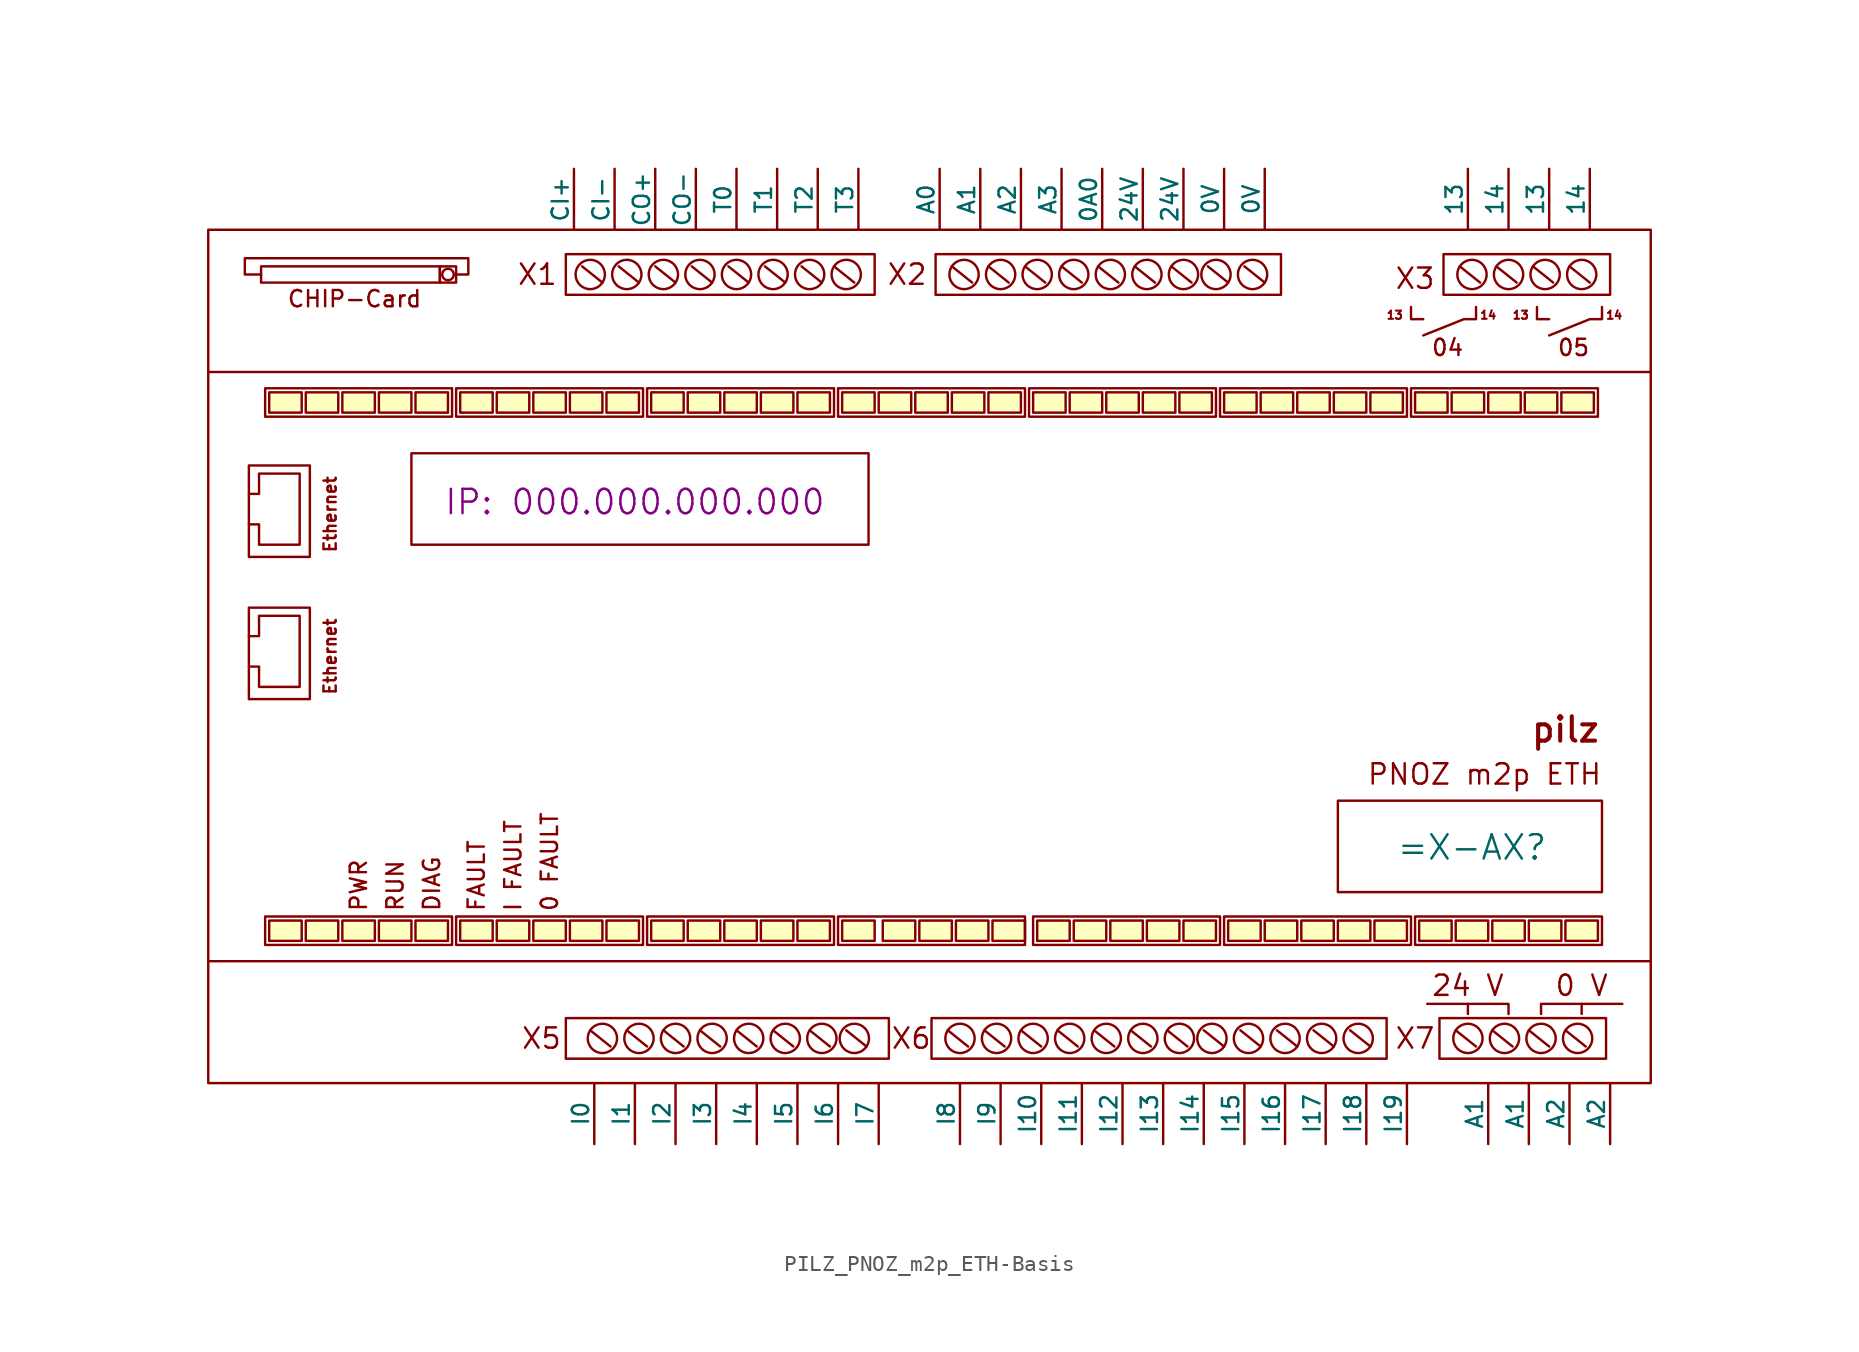
<source format=kicad_sym>
(kicad_symbol_lib
  (version 20241209)
  (generator "kicad_symbol_editor")
  (generator_version "9.0")
  (symbol "PILZ_PNOZ_m2p_ETH-Basis"
    (pin_numbers
      (hide yes))
    (pin_names
      (offset 0))
    (property "Reference" "=X-AX"
      (at 37.084 -11.938 0)
      (effects (font (size 1.524 1.524))))
    (property "IP" "000.000.000.000"
      (at -15.24 9.652 0)
      (show_name)
      (effects (font (size 1.524 1.524))))
    (symbol "PILZ_PNOZ_m2p_ETH-Basis_0_1"
      (rectangle (start -41.91 26.67) (end 48.26 -26.67) (stroke (width 0) (type default)) (fill (type none)))
      (polyline (pts (xy -41.91 17.78) (xy 48.26 17.78)) (stroke (width 0) (type default)) (fill (type none)))
      (polyline (pts (xy -41.91 -19.05) (xy 48.26 -19.05)) (stroke (width 0) (type default)) (fill (type none)))
      (polyline (pts (xy -39.37 10.16) (xy -38.735 10.16) (xy -38.735 11.43) (xy -36.195 11.43) (xy -36.195 6.985) (xy -38.735 6.985) (xy -38.735 7.62) (xy -38.735 8.255) (xy -39.37 8.255)) (stroke (width 0) (type default)) (fill (type none)))
      (polyline (pts (xy -39.37 1.27) (xy -38.735 1.27) (xy -38.735 2.54) (xy -36.195 2.54) (xy -36.195 -1.905) (xy -38.735 -1.905) (xy -38.735 -1.27) (xy -38.735 -0.635) (xy -39.37 -0.635)) (stroke (width 0) (type default)) (fill (type none)))
      (rectangle (start -35.56 11.938) (end -39.37 6.223) (stroke (width 0) (type default)) (fill (type none)))
      (rectangle (start -35.56 3.048) (end -39.37 -2.667) (stroke (width 0) (type default)) (fill (type none)))
      (rectangle (start -19.558 25.146) (end -0.254 22.606) (stroke (width 0) (type default)) (fill (type none)))
      (rectangle (start -19.558 -22.606) (end 0.635 -25.146) (stroke (width 0) (type default)) (fill (type none)))
      (circle (center -18.034 23.876) (radius 0.916) (stroke (width 0) (type default)) (fill (type none)))
      (polyline (pts (xy -17.272 23.368) (xy -18.542 24.384)) (stroke (width 0) (type default)) (fill (type none)))
      (circle (center -17.272 -23.876) (radius 0.916) (stroke (width 0) (type default)) (fill (type none)))
      (polyline (pts (xy -16.764 -24.384) (xy -18.034 -23.368)) (stroke (width 0) (type default)) (fill (type none)))
      (circle (center -15.748 23.876) (radius 0.916) (stroke (width 0) (type default)) (fill (type none)))
      (polyline (pts (xy -14.986 23.368) (xy -16.256 24.384)) (stroke (width 0) (type default)) (fill (type none)))
      (circle (center -14.986 -23.876) (radius 0.916) (stroke (width 0) (type default)) (fill (type none)))
      (polyline (pts (xy -14.478 -24.384) (xy -15.748 -23.368)) (stroke (width 0) (type default)) (fill (type none)))
      (circle (center -13.462 23.876) (radius 0.916) (stroke (width 0) (type default)) (fill (type none)))
      (polyline (pts (xy -12.7 23.368) (xy -13.97 24.384)) (stroke (width 0) (type default)) (fill (type none)))
      (circle (center -12.7 -23.876) (radius 0.916) (stroke (width 0) (type default)) (fill (type none)))
      (polyline (pts (xy -12.192 -24.384) (xy -13.462 -23.368)) (stroke (width 0) (type default)) (fill (type none)))
      (circle (center -11.176 23.876) (radius 0.916) (stroke (width 0) (type default)) (fill (type none)))
      (polyline (pts (xy -10.414 23.368) (xy -11.684 24.384)) (stroke (width 0) (type default)) (fill (type none)))
      (circle (center -10.414 -23.876) (radius 0.916) (stroke (width 0) (type default)) (fill (type none)))
      (polyline (pts (xy -9.906 -24.384) (xy -11.176 -23.368)) (stroke (width 0) (type default)) (fill (type none)))
      (circle (center -8.89 23.876) (radius 0.916) (stroke (width 0) (type default)) (fill (type none)))
      (polyline (pts (xy -8.128 23.368) (xy -9.398 24.384)) (stroke (width 0) (type default)) (fill (type none)))
      (circle (center -8.128 -23.876) (radius 0.916) (stroke (width 0) (type default)) (fill (type none)))
      (polyline (pts (xy -7.62 -24.384) (xy -8.89 -23.368)) (stroke (width 0) (type default)) (fill (type none)))
      (circle (center -6.604 23.876) (radius 0.916) (stroke (width 0) (type default)) (fill (type none)))
      (polyline (pts (xy -5.842 23.368) (xy -7.112 24.384)) (stroke (width 0) (type default)) (fill (type none)))
      (circle (center -5.842 -23.876) (radius 0.916) (stroke (width 0) (type default)) (fill (type none)))
      (polyline (pts (xy -5.334 -24.384) (xy -6.604 -23.368)) (stroke (width 0) (type default)) (fill (type none)))
      (circle (center -4.318 23.876) (radius 0.916) (stroke (width 0) (type default)) (fill (type none)))
      (polyline (pts (xy -3.556 23.368) (xy -4.826 24.384)) (stroke (width 0) (type default)) (fill (type none)))
      (circle (center -3.556 -23.876) (radius 0.916) (stroke (width 0) (type default)) (fill (type none)))
      (polyline (pts (xy -3.048 -24.384) (xy -4.318 -23.368)) (stroke (width 0) (type default)) (fill (type none)))
      (circle (center -2.032 23.876) (radius 0.916) (stroke (width 0) (type default)) (fill (type none)))
      (polyline (pts (xy -1.524 23.368) (xy -2.794 24.384)) (stroke (width 0) (type default)) (fill (type none)))
      (circle (center -1.524 -23.876) (radius 0.916) (stroke (width 0) (type default)) (fill (type none)))
      (polyline (pts (xy -0.762 -24.384) (xy -2.032 -23.368)) (stroke (width 0) (type default)) (fill (type none)))
      (rectangle (start 3.302 -22.606) (end 31.75 -25.146) (stroke (width 0) (type default)) (fill (type none)))
      (rectangle (start 3.556 25.146) (end 25.146 22.606) (stroke (width 0) (type default)) (fill (type none)))
      (circle (center 5.08 -23.876) (radius 0.916) (stroke (width 0) (type default)) (fill (type none)))
      (circle (center 5.334 23.876) (radius 0.916) (stroke (width 0) (type default)) (fill (type none)))
      (polyline (pts (xy 5.588 -24.384) (xy 4.318 -23.368)) (stroke (width 0) (type default)) (fill (type none)))
      (polyline (pts (xy 5.842 23.368) (xy 4.572 24.384)) (stroke (width 0) (type default)) (fill (type none)))
      (circle (center 7.366 -23.876) (radius 0.916) (stroke (width 0) (type default)) (fill (type none)))
      (circle (center 7.62 23.876) (radius 0.916) (stroke (width 0) (type default)) (fill (type none)))
      (polyline (pts (xy 7.874 -24.384) (xy 6.604 -23.368)) (stroke (width 0) (type default)) (fill (type none)))
      (polyline (pts (xy 8.128 23.368) (xy 6.858 24.384)) (stroke (width 0) (type default)) (fill (type none)))
      (circle (center 9.652 -23.876) (radius 0.916) (stroke (width 0) (type default)) (fill (type none)))
      (circle (center 9.906 23.876) (radius 0.916) (stroke (width 0) (type default)) (fill (type none)))
      (polyline (pts (xy 10.16 -24.384) (xy 8.89 -23.368)) (stroke (width 0) (type default)) (fill (type none)))
      (polyline (pts (xy 10.414 23.368) (xy 9.144 24.384)) (stroke (width 0) (type default)) (fill (type none)))
      (circle (center 11.938 -23.876) (radius 0.916) (stroke (width 0) (type default)) (fill (type none)))
      (circle (center 12.192 23.876) (radius 0.916) (stroke (width 0) (type default)) (fill (type none)))
      (polyline (pts (xy 12.446 -24.384) (xy 11.176 -23.368)) (stroke (width 0) (type default)) (fill (type none)))
      (polyline (pts (xy 12.7 23.368) (xy 11.43 24.384)) (stroke (width 0) (type default)) (fill (type none)))
      (circle (center 14.224 -23.876) (radius 0.916) (stroke (width 0) (type default)) (fill (type none)))
      (circle (center 14.478 23.876) (radius 0.916) (stroke (width 0) (type default)) (fill (type none)))
      (polyline (pts (xy 14.732 -24.384) (xy 13.462 -23.368)) (stroke (width 0) (type default)) (fill (type none)))
      (polyline (pts (xy 14.986 23.368) (xy 13.716 24.384)) (stroke (width 0) (type default)) (fill (type none)))
      (circle (center 16.51 -23.876) (radius 0.916) (stroke (width 0) (type default)) (fill (type none)))
      (circle (center 16.764 23.876) (radius 0.916) (stroke (width 0) (type default)) (fill (type none)))
      (polyline (pts (xy 17.018 -24.384) (xy 15.748 -23.368)) (stroke (width 0) (type default)) (fill (type none)))
      (polyline (pts (xy 17.272 23.368) (xy 16.002 24.384)) (stroke (width 0) (type default)) (fill (type none)))
      (circle (center 18.796 -23.876) (radius 0.916) (stroke (width 0) (type default)) (fill (type none)))
      (circle (center 19.05 23.876) (radius 0.916) (stroke (width 0) (type default)) (fill (type none)))
      (polyline (pts (xy 19.304 -24.384) (xy 18.034 -23.368)) (stroke (width 0) (type default)) (fill (type none)))
      (polyline (pts (xy 19.558 23.368) (xy 18.288 24.384)) (stroke (width 0) (type default)) (fill (type none)))
      (circle (center 20.828 -23.876) (radius 0.916) (stroke (width 0) (type default)) (fill (type none)))
      (circle (center 21.082 23.876) (radius 0.916) (stroke (width 0) (type default)) (fill (type none)))
      (polyline (pts (xy 21.59 -24.384) (xy 20.32 -23.368)) (stroke (width 0) (type default)) (fill (type none)))
      (polyline (pts (xy 21.844 23.368) (xy 20.574 24.384)) (stroke (width 0) (type default)) (fill (type none)))
      (circle (center 23.114 -23.876) (radius 0.916) (stroke (width 0) (type default)) (fill (type none)))
      (circle (center 23.368 23.876) (radius 0.916) (stroke (width 0) (type default)) (fill (type none)))
      (polyline (pts (xy 23.876 -24.384) (xy 22.606 -23.368)) (stroke (width 0) (type default)) (fill (type none)))
      (polyline (pts (xy 24.13 23.368) (xy 22.86 24.384)) (stroke (width 0) (type default)) (fill (type none)))
      (circle (center 25.4 -23.876) (radius 0.916) (stroke (width 0) (type default)) (fill (type none)))
      (polyline (pts (xy 26.162 -24.384) (xy 24.892 -23.368)) (stroke (width 0) (type default)) (fill (type none)))
      (circle (center 27.686 -23.876) (radius 0.916) (stroke (width 0) (type default)) (fill (type none)))
      (polyline (pts (xy 28.448 -24.384) (xy 27.178 -23.368)) (stroke (width 0) (type default)) (fill (type none)))
      (circle (center 29.972 -23.876) (radius 0.916) (stroke (width 0) (type default)) (fill (type none)))
      (polyline (pts (xy 30.734 -24.384) (xy 29.464 -23.368)) (stroke (width 0) (type default)) (fill (type none)))
      (polyline (pts (xy 33.274 21.844) (xy 33.274 21.082) (xy 34.036 21.082)) (stroke (width 0) (type default)) (fill (type none)))
      (polyline (pts (xy 34.036 20.066) (xy 36.576 21.082) (xy 37.338 21.082) (xy 37.338 21.844)) (stroke (width 0) (type default)) (fill (type none)))
      (rectangle (start 35.052 -22.606) (end 45.466 -25.146) (stroke (width 0) (type default)) (fill (type none)))
      (rectangle (start 35.306 25.146) (end 45.72 22.606) (stroke (width 0) (type default)) (fill (type none)))
      (circle (center 36.83 -23.876) (radius 0.916) (stroke (width 0) (type default)) (fill (type none)))
      (circle (center 37.084 23.876) (radius 0.916) (stroke (width 0) (type default)) (fill (type none)))
      (polyline (pts (xy 37.338 -24.384) (xy 36.068 -23.368)) (stroke (width 0) (type default)) (fill (type none)))
      (polyline (pts (xy 37.592 23.368) (xy 36.322 24.384)) (stroke (width 0) (type default)) (fill (type none)))
      (circle (center 39.116 -23.876) (radius 0.916) (stroke (width 0) (type default)) (fill (type none)))
      (circle (center 39.37 23.876) (radius 0.916) (stroke (width 0) (type default)) (fill (type none)))
      (polyline (pts (xy 39.624 -24.384) (xy 38.354 -23.368)) (stroke (width 0) (type default)) (fill (type none)))
      (polyline (pts (xy 39.878 23.368) (xy 38.608 24.384)) (stroke (width 0) (type default)) (fill (type none)))
      (polyline (pts (xy 41.148 21.844) (xy 41.148 21.082) (xy 41.91 21.082)) (stroke (width 0) (type default)) (fill (type none)))
      (circle (center 41.402 -23.876) (radius 0.916) (stroke (width 0) (type default)) (fill (type none)))
      (circle (center 41.656 23.876) (radius 0.916) (stroke (width 0) (type default)) (fill (type none)))
      (polyline (pts (xy 41.91 20.066) (xy 44.45 21.082) (xy 45.212 21.082) (xy 45.212 21.844)) (stroke (width 0) (type default)) (fill (type none)))
      (polyline (pts (xy 41.91 -24.384) (xy 40.64 -23.368)) (stroke (width 0) (type default)) (fill (type none)))
      (polyline (pts (xy 42.164 23.368) (xy 40.894 24.384)) (stroke (width 0) (type default)) (fill (type none)))
      (circle (center 43.688 -23.876) (radius 0.916) (stroke (width 0) (type default)) (fill (type none)))
      (circle (center 43.942 23.876) (radius 0.916) (stroke (width 0) (type default)) (fill (type none)))
      (polyline (pts (xy 44.196 -24.384) (xy 42.926 -23.368)) (stroke (width 0) (type default)) (fill (type none)))
      (polyline (pts (xy 44.45 23.368) (xy 43.18 24.384)) (stroke (width 0) (type default)) (fill (type none))))
    (symbol "PILZ_PNOZ_m2p_ETH-Basis_1_1"
      (rectangle (start -38.608 24.384) (end -27.432 23.368) (stroke (width 0) (type default)) (fill (type none)))
      (rectangle (start -38.354 16.764) (end -26.67 14.986) (stroke (width 0) (type default)) (fill (type none)))
      (rectangle (start -38.354 -16.256) (end -26.67 -18.034) (stroke (width 0) (type default)) (fill (type none)))
      (rectangle (start -38.1 16.51) (end -36.068 15.24) (stroke (width 0) (type solid)) (fill (type background)))
      (rectangle (start -38.1 -16.51) (end -36.068 -17.78) (stroke (width 0) (type solid)) (fill (type background)))
      (rectangle (start -35.814 16.51) (end -33.782 15.24) (stroke (width 0) (type solid)) (fill (type background)))
      (rectangle (start -35.814 -16.51) (end -33.782 -17.78) (stroke (width 0) (type solid)) (fill (type background)))
      (rectangle (start -33.528 16.51) (end -31.496 15.24) (stroke (width 0) (type solid)) (fill (type background)))
      (rectangle (start -33.528 -16.51) (end -31.496 -17.78) (stroke (width 0) (type solid)) (fill (type background)))
      (rectangle (start -31.242 16.51) (end -29.21 15.24) (stroke (width 0) (type solid)) (fill (type background)))
      (rectangle (start -31.242 -16.51) (end -29.21 -17.78) (stroke (width 0) (type solid)) (fill (type background)))
      (rectangle (start -29.21 12.7) (end -0.635 6.985) (stroke (width 0) (type default)) (fill (type none)))
      (rectangle (start -28.956 16.51) (end -26.924 15.24) (stroke (width 0) (type solid)) (fill (type background)))
      (rectangle (start -28.956 -16.51) (end -26.924 -17.78) (stroke (width 0) (type solid)) (fill (type background)))
      (rectangle (start -27.432 24.384) (end -26.416 23.368) (stroke (width 0) (type default)) (fill (type none)))
      (circle (center -26.924 23.876) (radius 0.359) (stroke (width 0) (type default)) (fill (type none)))
      (polyline (pts (xy -26.416 23.876) (xy -25.654 23.876) (xy -25.654 24.892) (xy -39.624 24.892) (xy -39.624 23.876) (xy -38.608 23.876)) (stroke (width 0) (type default)) (fill (type none)))
      (rectangle (start -26.416 16.764) (end -14.732 14.986) (stroke (width 0) (type default)) (fill (type none)))
      (rectangle (start -26.416 -16.256) (end -14.732 -18.034) (stroke (width 0) (type default)) (fill (type none)))
      (rectangle (start -26.162 16.51) (end -24.13 15.24) (stroke (width 0) (type solid)) (fill (type background)))
      (rectangle (start -26.162 -16.51) (end -24.13 -17.78) (stroke (width 0) (type solid)) (fill (type background)))
      (rectangle (start -23.876 16.51) (end -21.844 15.24) (stroke (width 0) (type solid)) (fill (type background)))
      (rectangle (start -23.876 -16.51) (end -21.844 -17.78) (stroke (width 0) (type solid)) (fill (type background)))
      (rectangle (start -21.59 16.51) (end -19.558 15.24) (stroke (width 0) (type solid)) (fill (type background)))
      (rectangle (start -21.59 -16.51) (end -19.558 -17.78) (stroke (width 0) (type solid)) (fill (type background)))
      (rectangle (start -19.304 16.51) (end -17.272 15.24) (stroke (width 0) (type solid)) (fill (type background)))
      (rectangle (start -19.304 -16.51) (end -17.272 -17.78) (stroke (width 0) (type solid)) (fill (type background)))
      (rectangle (start -17.018 16.51) (end -14.986 15.24) (stroke (width 0) (type solid)) (fill (type background)))
      (rectangle (start -17.018 -16.51) (end -14.986 -17.78) (stroke (width 0) (type solid)) (fill (type background)))
      (rectangle (start -14.478 16.764) (end -2.794 14.986) (stroke (width 0) (type default)) (fill (type none)))
      (rectangle (start -14.478 -16.256) (end -2.794 -18.034) (stroke (width 0) (type default)) (fill (type none)))
      (rectangle (start -14.224 16.51) (end -12.192 15.24) (stroke (width 0) (type solid)) (fill (type background)))
      (rectangle (start -14.224 -16.51) (end -12.192 -17.78) (stroke (width 0) (type solid)) (fill (type background)))
      (rectangle (start -11.938 16.51) (end -9.906 15.24) (stroke (width 0) (type solid)) (fill (type background)))
      (rectangle (start -11.938 -16.51) (end -9.906 -17.78) (stroke (width 0) (type solid)) (fill (type background)))
      (rectangle (start -9.652 16.51) (end -7.62 15.24) (stroke (width 0) (type solid)) (fill (type background)))
      (rectangle (start -9.652 -16.51) (end -7.62 -17.78) (stroke (width 0) (type solid)) (fill (type background)))
      (rectangle (start -7.366 16.51) (end -5.334 15.24) (stroke (width 0) (type solid)) (fill (type background)))
      (rectangle (start -7.366 -16.51) (end -5.334 -17.78) (stroke (width 0) (type solid)) (fill (type background)))
      (rectangle (start -5.08 16.51) (end -3.048 15.24) (stroke (width 0) (type solid)) (fill (type background)))
      (rectangle (start -5.08 -16.51) (end -3.048 -17.78) (stroke (width 0) (type solid)) (fill (type background)))
      (rectangle (start -2.54 16.764) (end 9.144 14.986) (stroke (width 0) (type default)) (fill (type none)))
      (rectangle (start -2.54 -16.256) (end 9.144 -18.034) (stroke (width 0) (type default)) (fill (type none)))
      (rectangle (start -2.286 16.51) (end -0.254 15.24) (stroke (width 0) (type solid)) (fill (type background)))
      (rectangle (start -2.286 -16.51) (end -0.254 -17.78) (stroke (width 0) (type solid)) (fill (type background)))
      (rectangle (start 0 16.51) (end 2.032 15.24) (stroke (width 0) (type solid)) (fill (type background)))
      (rectangle (start 0.254 -16.51) (end 2.286 -17.78) (stroke (width 0) (type solid)) (fill (type background)))
      (rectangle (start 2.286 16.51) (end 4.318 15.24) (stroke (width 0) (type solid)) (fill (type background)))
      (rectangle (start 2.54 -16.51) (end 4.572 -17.78) (stroke (width 0) (type solid)) (fill (type background)))
      (rectangle (start 4.572 16.51) (end 6.604 15.24) (stroke (width 0) (type solid)) (fill (type background)))
      (rectangle (start 4.826 -16.51) (end 6.858 -17.78) (stroke (width 0) (type solid)) (fill (type background)))
      (rectangle (start 6.858 16.51) (end 8.89 15.24) (stroke (width 0) (type solid)) (fill (type background)))
      (rectangle (start 7.112 -16.51) (end 9.144 -17.78) (stroke (width 0) (type solid)) (fill (type background)))
      (rectangle (start 9.398 16.764) (end 21.082 14.986) (stroke (width 0) (type default)) (fill (type none)))
      (rectangle (start 9.652 16.51) (end 11.684 15.24) (stroke (width 0) (type solid)) (fill (type background)))
      (rectangle (start 9.652 -16.256) (end 21.336 -18.034) (stroke (width 0) (type default)) (fill (type none)))
      (rectangle (start 9.906 -16.51) (end 11.938 -17.78) (stroke (width 0) (type solid)) (fill (type background)))
      (rectangle (start 11.938 16.51) (end 13.97 15.24) (stroke (width 0) (type solid)) (fill (type background)))
      (rectangle (start 12.192 -16.51) (end 14.224 -17.78) (stroke (width 0) (type solid)) (fill (type background)))
      (rectangle (start 14.224 16.51) (end 16.256 15.24) (stroke (width 0) (type solid)) (fill (type background)))
      (rectangle (start 14.478 -16.51) (end 16.51 -17.78) (stroke (width 0) (type solid)) (fill (type background)))
      (rectangle (start 16.51 16.51) (end 18.542 15.24) (stroke (width 0) (type solid)) (fill (type background)))
      (rectangle (start 16.764 -16.51) (end 18.796 -17.78) (stroke (width 0) (type solid)) (fill (type background)))
      (rectangle (start 18.796 16.51) (end 20.828 15.24) (stroke (width 0) (type solid)) (fill (type background)))
      (rectangle (start 19.05 -16.51) (end 21.082 -17.78) (stroke (width 0) (type solid)) (fill (type background)))
      (rectangle (start 21.336 16.764) (end 33.02 14.986) (stroke (width 0) (type default)) (fill (type none)))
      (rectangle (start 21.59 16.51) (end 23.622 15.24) (stroke (width 0) (type solid)) (fill (type background)))
      (rectangle (start 21.59 -16.256) (end 33.274 -18.034) (stroke (width 0) (type default)) (fill (type none)))
      (rectangle (start 21.844 -16.51) (end 23.876 -17.78) (stroke (width 0) (type solid)) (fill (type background)))
      (rectangle (start 23.876 16.51) (end 25.908 15.24) (stroke (width 0) (type solid)) (fill (type background)))
      (rectangle (start 24.13 -16.51) (end 26.162 -17.78) (stroke (width 0) (type solid)) (fill (type background)))
      (rectangle (start 26.162 16.51) (end 28.194 15.24) (stroke (width 0) (type solid)) (fill (type background)))
      (rectangle (start 26.416 -16.51) (end 28.448 -17.78) (stroke (width 0) (type solid)) (fill (type background)))
      (rectangle (start 28.448 16.51) (end 30.48 15.24) (stroke (width 0) (type solid)) (fill (type background)))
      (rectangle (start 28.702 -16.51) (end 30.734 -17.78) (stroke (width 0) (type solid)) (fill (type background)))
      (rectangle (start 30.734 16.51) (end 32.766 15.24) (stroke (width 0) (type solid)) (fill (type background)))
      (rectangle (start 30.988 -16.51) (end 33.02 -17.78) (stroke (width 0) (type solid)) (fill (type background)))
      (rectangle (start 33.274 16.764) (end 44.958 14.986) (stroke (width 0) (type default)) (fill (type none)))
      (rectangle (start 33.528 16.51) (end 35.56 15.24) (stroke (width 0) (type solid)) (fill (type background)))
      (rectangle (start 33.528 -16.256) (end 45.212 -18.034) (stroke (width 0) (type default)) (fill (type none)))
      (rectangle (start 33.782 -16.51) (end 35.814 -17.78) (stroke (width 0) (type solid)) (fill (type background)))
      (rectangle (start 35.814 16.51) (end 37.846 15.24) (stroke (width 0) (type solid)) (fill (type background)))
      (rectangle (start 36.068 -16.51) (end 38.1 -17.78) (stroke (width 0) (type solid)) (fill (type background)))
      (polyline (pts (xy 36.83 -22.352) (xy 36.83 -21.717)) (stroke (width 0) (type default)) (fill (type none)))
      (rectangle (start 38.1 16.51) (end 40.132 15.24) (stroke (width 0) (type solid)) (fill (type background)))
      (rectangle (start 38.354 -16.51) (end 40.386 -17.78) (stroke (width 0) (type solid)) (fill (type background)))
      (polyline (pts (xy 39.37 -22.352) (xy 39.37 -21.717) (xy 34.29 -21.717)) (stroke (width 0) (type default)) (fill (type none)))
      (rectangle (start 40.386 16.51) (end 42.418 15.24) (stroke (width 0) (type solid)) (fill (type background)))
      (rectangle (start 40.64 -16.51) (end 42.672 -17.78) (stroke (width 0) (type solid)) (fill (type background)))
      (polyline (pts (xy 41.402 -22.352) (xy 41.402 -21.717) (xy 46.482 -21.717)) (stroke (width 0) (type default)) (fill (type none)))
      (rectangle (start 42.672 16.51) (end 44.704 15.24) (stroke (width 0) (type solid)) (fill (type background)))
      (rectangle (start 42.926 -16.51) (end 44.958 -17.78) (stroke (width 0) (type solid)) (fill (type background)))
      (polyline (pts (xy 43.942 -22.352) (xy 43.942 -21.717)) (stroke (width 0) (type default)) (fill (type none)))
      (rectangle (start 45.212 -14.732) (end 28.702 -9.017) (stroke (width 0) (type default)) (fill (type none)))
      (text "Ethernet" (at -34.29 8.89 900) (effects (font (size 0.762 0.762))))
      (text "Ethernet" (at -34.29 0 900) (effects (font (size 0.762 0.762))))
      (text "CHIP-Card" (at -32.766 22.352 0) (effects (font (size 1.016 1.016))))
      (text "PWR" (at -32.512 -16.002 900) (effects (font (size 1.016 1.016)) (justify left)))
      (text "RUN" (at -30.226 -16.002 900) (effects (font (size 1.016 1.016)) (justify left)))
      (text "DIAG" (at -27.94 -16.002 900) (effects (font (size 1.016 1.016)) (justify left)))
      (text "FAULT" (at -25.146 -16.002 900) (effects (font (size 1.016 1.016)) (justify left)))
      (text "I FAULT" (at -22.86 -16.002 900) (effects (font (size 1.016 1.016)) (justify left)))
      (text "X1" (at -21.336 23.876 0) (effects (font (size 1.27 1.27))))
      (text "X5" (at -21.082 -23.876 0) (effects (font (size 1.27 1.27))))
      (text "0 FAULT" (at -20.574 -16.002 900) (effects (font (size 1.016 1.016)) (justify left)))
      (text "X2" (at 1.778 23.876 0) (effects (font (size 1.27 1.27))))
      (text "X6" (at 2.032 -23.876 0) (effects (font (size 1.27 1.27))))
      (text "PNOZ m2p ETH" (at 30.48 -7.366 0) (effects (font (size 1.27 1.27)) (justify left)))
      (text "13" (at 32.258 21.336 0) (effects (font (size 0.508 0.508))))
      (text "X3" (at 33.528 23.622 0) (effects (font (size 1.27 1.27))))
      (text "X7" (at 33.528 -23.876 0) (effects (font (size 1.27 1.27))))
      (text "04" (at 35.56 19.304 0) (effects (font (size 1.016 1.016))))
      (text "24 V" (at 36.83 -20.574 0) (effects (font (size 1.27 1.27))))
      (text "14" (at 38.1 21.336 0) (effects (font (size 0.508 0.508))))
      (text "13" (at 40.132 21.336 0) (effects (font (size 0.508 0.508))))
      (text "pilz" (at 42.926 -4.572 0) (effects (font (size 1.524 1.524) (thickness 0.254) (bold yes))))
      (text "05" (at 43.434 19.304 0) (effects (font (size 1.016 1.016))))
      (text "0 V" (at 43.942 -20.574 0) (effects (font (size 1.27 1.27))))
      (text "14" (at 45.974 21.336 0) (effects (font (size 0.508 0.508))))
      (pin input line (at -38.1 8.89 0) (length 0) (hide yes) (name "IN" (effects (font (size 0.508 0.508)))) (number "IN" (effects (font (size 0.508 0.508)))))
      (pin output line (at -38.1 0 0) (length 0) (hide yes) (name "OUT" (effects (font (size 0.508 0.508)))) (number "OUT" (effects (font (size 0.508 0.508)))))
      (pin passive line (at -19.05 30.48 270) (length 3.81) (name "CI+" (effects (font (size 1.016 1.016)))) (number "CI+" (effects (font (size 1.016 1.016)))))
      (pin input line (at -17.78 -30.48 90) (length 3.81) (name "I0" (effects (font (size 1.016 1.016)))) (number "I0" (effects (font (size 1.016 1.016)))))
      (pin passive line (at -16.51 30.48 270) (length 3.81) (name "CI-" (effects (font (size 1.016 1.016)))) (number "CI-" (effects (font (size 1.016 1.016)))))
      (pin input line (at -15.24 -30.48 90) (length 3.81) (name "I1" (effects (font (size 1.016 1.016)))) (number "I1" (effects (font (size 1.016 1.016)))))
      (pin passive line (at -13.97 30.48 270) (length 3.81) (name "CO+" (effects (font (size 1.016 1.016)))) (number "CO+" (effects (font (size 1.016 1.016)))))
      (pin input line (at -12.7 -30.48 90) (length 3.81) (name "I2" (effects (font (size 1.016 1.016)))) (number "I2" (effects (font (size 1.016 1.016)))))
      (pin passive line (at -11.43 30.48 270) (length 3.81) (name "CO-" (effects (font (size 1.016 1.016)))) (number "CO-" (effects (font (size 1.016 1.016)))))
      (pin input line (at -10.16 -30.48 90) (length 3.81) (name "I3" (effects (font (size 1.016 1.016)))) (number "I3" (effects (font (size 1.016 1.016)))))
      (pin passive line (at -8.89 30.48 270) (length 3.81) (name "T0" (effects (font (size 1.016 1.016)))) (number "T0" (effects (font (size 1.016 1.016)))))
      (pin input line (at -7.62 -30.48 90) (length 3.81) (name "I4" (effects (font (size 1.016 1.016)))) (number "I4" (effects (font (size 1.016 1.016)))))
      (pin passive line (at -6.35 30.48 270) (length 3.81) (name "T1" (effects (font (size 1.016 1.016)))) (number "T1" (effects (font (size 1.016 1.016)))))
      (pin input line (at -5.08 -30.48 90) (length 3.81) (name "I5" (effects (font (size 1.016 1.016)))) (number "I5" (effects (font (size 1.016 1.016)))))
      (pin passive line (at -3.81 30.48 270) (length 3.81) (name "T2" (effects (font (size 1.016 1.016)))) (number "T2" (effects (font (size 1.016 1.016)))))
      (pin input line (at -2.54 -30.48 90) (length 3.81) (name "I6" (effects (font (size 1.016 1.016)))) (number "I6" (effects (font (size 1.016 1.016)))))
      (pin passive line (at -1.27 30.48 270) (length 3.81) (name "T3" (effects (font (size 1.016 1.016)))) (number "T3" (effects (font (size 1.016 1.016)))))
      (pin input line (at 0 -30.48 90) (length 3.81) (name "I7" (effects (font (size 1.016 1.016)))) (number "I7" (effects (font (size 1.016 1.016)))))
      (pin output line (at 3.81 30.48 270) (length 3.81) (name "A0" (effects (font (size 1.016 1.016)))) (number "A0" (effects (font (size 1.016 1.016)))))
      (pin input line (at 5.08 -30.48 90) (length 3.81) (name "I8" (effects (font (size 1.016 1.016)))) (number "I8" (effects (font (size 1.016 1.016)))))
      (pin output line (at 6.35 30.48 270) (length 3.81) (name "A1" (effects (font (size 1.016 1.016)))) (number "A1" (effects (font (size 1.016 1.016)))))
      (pin input line (at 7.62 -30.48 90) (length 3.81) (name "I9" (effects (font (size 1.016 1.016)))) (number "I9" (effects (font (size 1.016 1.016)))))
      (pin output line (at 8.89 30.48 270) (length 3.81) (name "A2" (effects (font (size 1.016 1.016)))) (number "A2" (effects (font (size 1.016 1.016)))))
      (pin input line (at 10.16 -30.48 90) (length 3.81) (name "I10" (effects (font (size 1.016 1.016)))) (number "I10" (effects (font (size 1.016 1.016)))))
      (pin output line (at 11.43 30.48 270) (length 3.81) (name "A3" (effects (font (size 1.016 1.016)))) (number "A3" (effects (font (size 1.016 1.016)))))
      (pin input line (at 12.7 -30.48 90) (length 3.81) (name "I11" (effects (font (size 1.016 1.016)))) (number "I11" (effects (font (size 1.016 1.016)))))
      (pin output line (at 13.97 30.48 270) (length 3.81) (name "0A0" (effects (font (size 1.016 1.016)))) (number "0A0" (effects (font (size 1.016 1.016)))))
      (pin input line (at 15.24 -30.48 90) (length 3.81) (name "I12" (effects (font (size 1.016 1.016)))) (number "I12" (effects (font (size 1.016 1.016)))))
      (pin passive line (at 16.51 30.48 270) (length 3.81) (name "24V" (effects (font (size 1.016 1.016)))) (number "24V" (effects (font (size 1.016 1.016)))))
      (pin input line (at 17.78 -30.48 90) (length 3.81) (name "I13" (effects (font (size 1.016 1.016)))) (number "I13" (effects (font (size 1.016 1.016)))))
      (pin passive line (at 19.05 30.48 270) (length 3.81) (name "24V" (effects (font (size 1.016 1.016)))) (number "24V" (effects (font (size 1.016 1.016)))))
      (pin input line (at 20.32 -30.48 90) (length 3.81) (name "I14" (effects (font (size 1.016 1.016)))) (number "I14" (effects (font (size 1.016 1.016)))))
      (pin passive line (at 21.59 30.48 270) (length 3.81) (name "0V" (effects (font (size 1.016 1.016)))) (number "0V" (effects (font (size 1.016 1.016)))))
      (pin input line (at 22.86 -30.48 90) (length 3.81) (name "I15" (effects (font (size 1.016 1.016)))) (number "I15" (effects (font (size 1.016 1.016)))))
      (pin passive line (at 24.13 30.48 270) (length 3.81) (name "0V" (effects (font (size 1.016 1.016)))) (number "0V" (effects (font (size 1.016 1.016)))))
      (pin input line (at 25.4 -30.48 90) (length 3.81) (name "I16" (effects (font (size 1.016 1.016)))) (number "I16" (effects (font (size 1.016 1.016)))))
      (pin input line (at 27.94 -30.48 90) (length 3.81) (name "I17" (effects (font (size 1.016 1.016)))) (number "I17" (effects (font (size 1.016 1.016)))))
      (pin input line (at 30.48 -30.48 90) (length 3.81) (name "I18" (effects (font (size 1.016 1.016)))) (number "I18" (effects (font (size 1.016 1.016)))))
      (pin input line (at 33.02 -30.48 90) (length 3.81) (name "I19" (effects (font (size 1.016 1.016)))) (number "I19" (effects (font (size 1.016 1.016)))))
      (pin passive line (at 36.83 30.48 270) (length 3.81) (name "13" (effects (font (size 1.016 1.016)))) (number "13" (effects (font (size 1.016 1.016)))))
      (pin passive line (at 38.1 -30.48 90) (length 3.81) (name "A1" (effects (font (size 1.016 1.016)))) (number "A1" (effects (font (size 1.016 1.016)))))
      (pin passive line (at 39.37 30.48 270) (length 3.81) (name "14" (effects (font (size 1.016 1.016)))) (number "14" (effects (font (size 1.016 1.016)))))
      (pin passive line (at 40.64 -30.48 90) (length 3.81) (name "A1" (effects (font (size 1.016 1.016)))) (number "A1" (effects (font (size 1.016 1.016)))))
      (pin passive line (at 41.91 30.48 270) (length 3.81) (name "13" (effects (font (size 1.016 1.016)))) (number "13" (effects (font (size 1.016 1.016)))))
      (pin passive line (at 43.18 -30.48 90) (length 3.81) (name "A2" (effects (font (size 1.016 1.016)))) (number "A2" (effects (font (size 1.016 1.016)))))
      (pin passive line (at 44.45 30.48 270) (length 3.81) (name "14" (effects (font (size 1.016 1.016)))) (number "14" (effects (font (size 1.016 1.016)))))
      (pin passive line (at 45.72 -30.48 90) (length 3.81) (name "A2" (effects (font (size 1.016 1.016)))) (number "A2" (effects (font (size 1.016 1.016))))))))
</source>
